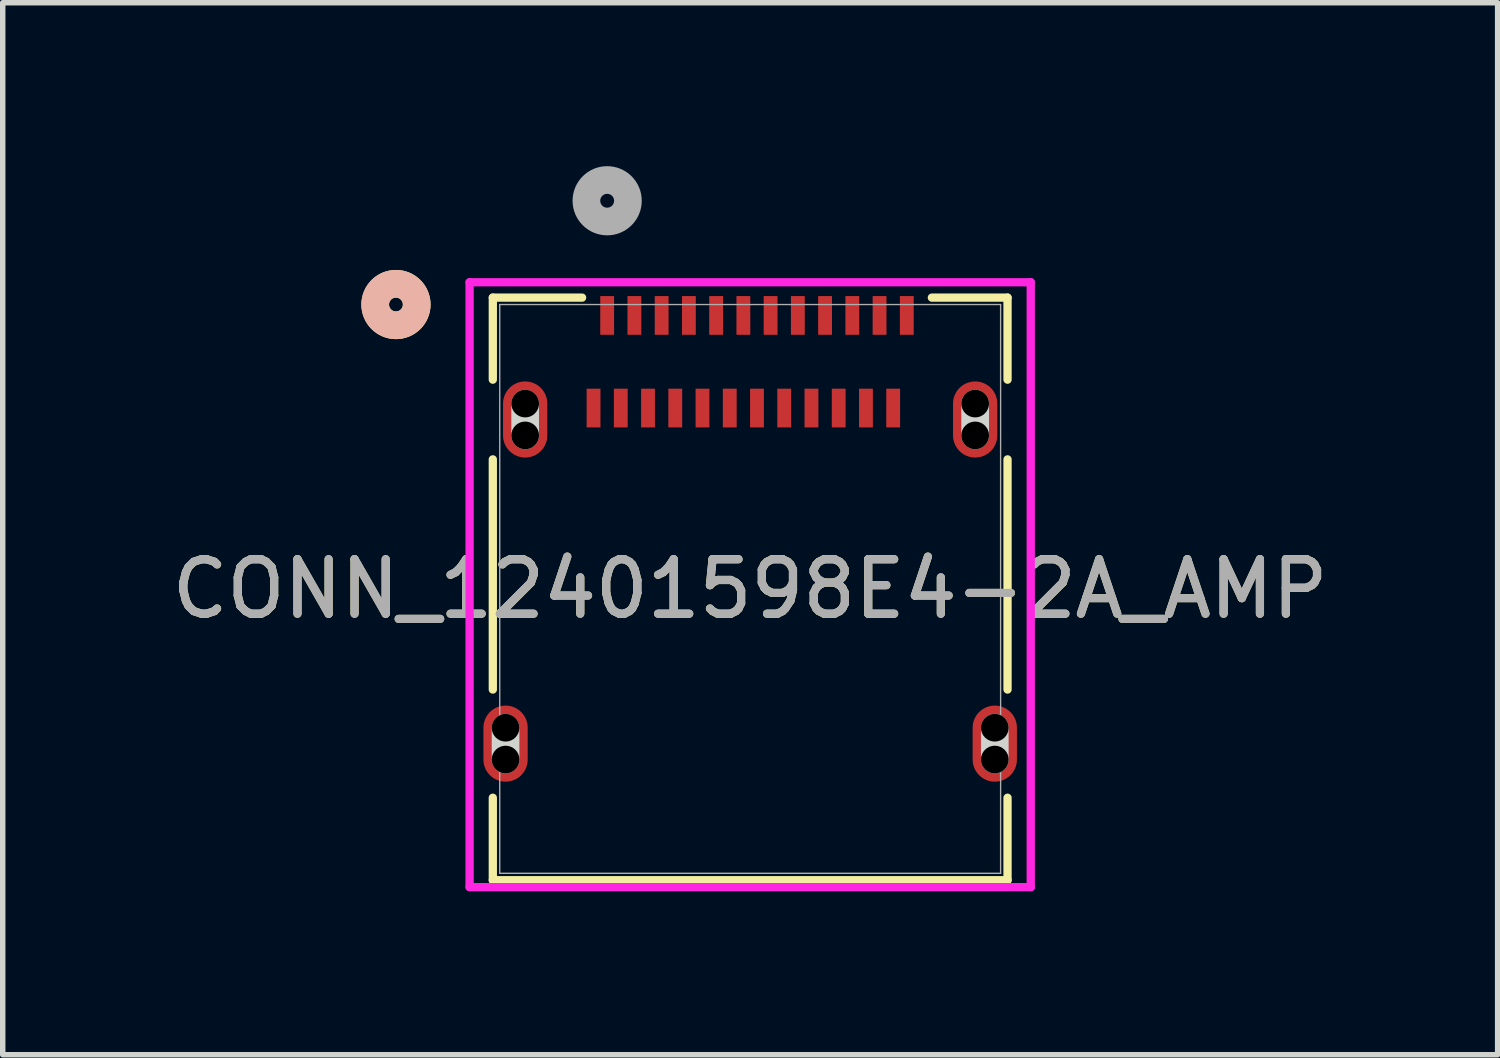
<source format=kicad_pcb>
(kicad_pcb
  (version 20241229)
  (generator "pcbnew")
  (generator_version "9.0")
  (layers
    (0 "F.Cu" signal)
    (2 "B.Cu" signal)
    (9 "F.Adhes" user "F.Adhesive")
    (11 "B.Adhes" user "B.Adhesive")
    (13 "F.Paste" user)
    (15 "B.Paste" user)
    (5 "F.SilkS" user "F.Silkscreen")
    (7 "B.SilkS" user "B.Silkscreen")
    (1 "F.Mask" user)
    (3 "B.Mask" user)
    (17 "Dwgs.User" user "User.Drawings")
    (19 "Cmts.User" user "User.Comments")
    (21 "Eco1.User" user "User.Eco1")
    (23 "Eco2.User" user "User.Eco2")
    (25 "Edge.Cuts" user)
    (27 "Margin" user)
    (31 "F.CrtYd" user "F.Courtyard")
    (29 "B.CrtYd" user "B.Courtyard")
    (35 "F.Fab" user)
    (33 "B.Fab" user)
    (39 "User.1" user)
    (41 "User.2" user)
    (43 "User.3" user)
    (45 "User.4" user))
  (footprint "CONN_12401598E4-2A_AMP"
    (layer "F.Cu")
    (at 10.72 7.76)
    (property "Reference" "CONN_12401598E4-2A_AMP" (at 0 0 0) (unlocked yes) (layer "F.SilkS") (effects (font (size 1 1) (thickness 0.15))))
    (attr smd)
    (fp_line (start -4.724 -5.347) (end -4.724 -3.841) (stroke (width 0.152) (type solid)) (layer "F.SilkS"))
    (fp_line (start -4.724 -2.378) (end -4.724 1.847) (stroke (width 0.152) (type solid)) (layer "F.SilkS"))
    (fp_line (start -4.724 3.833) (end -4.724 5.347) (stroke (width 0.152) (type solid)) (layer "F.SilkS"))
    (fp_line (start -4.724 5.347) (end 4.724 5.347) (stroke (width 0.152) (type solid)) (layer "F.SilkS"))
    (fp_line (start -3.085 -5.347) (end -4.724 -5.347) (stroke (width 0.152) (type solid)) (layer "F.SilkS"))
    (fp_line (start 4.724 -5.347) (end 3.335 -5.347) (stroke (width 0.152) (type solid)) (layer "F.SilkS"))
    (fp_line (start 4.724 -3.841) (end 4.724 -5.347) (stroke (width 0.152) (type solid)) (layer "F.SilkS"))
    (fp_line (start 4.724 1.847) (end 4.724 -2.378) (stroke (width 0.152) (type solid)) (layer "F.SilkS"))
    (fp_line (start 4.724 5.347) (end 4.724 3.833) (stroke (width 0.152) (type solid)) (layer "F.SilkS"))
    (fp_circle (center -6.502 -5.22) (end -6.121 -5.22) (stroke (width 0.508) (type solid)) (fill no) (layer "F.SilkS"))
    (fp_circle (center -6.502 -5.22) (end -6.121 -5.22) (stroke (width 0.508) (type solid)) (fill no) (layer "B.SilkS"))
    (fp_line (start -4.49 3.132) (end -4.49 2.548) (stroke (width 0.508) (type solid)) (layer "Edge.Cuts"))
    (fp_line (start -4.13 -2.818) (end -4.13 -3.402) (stroke (width 0.508) (type solid)) (layer "Edge.Cuts"))
    (fp_line (start 4.13 -2.818) (end 4.13 -3.402) (stroke (width 0.508) (type solid)) (layer "Edge.Cuts"))
    (fp_line (start 4.49 3.132) (end 4.49 2.548) (stroke (width 0.508) (type solid)) (layer "Edge.Cuts"))
    (fp_line (start -5.15 -5.629) (end -5.15 5.474) (stroke (width 0.152) (type solid)) (layer "F.CrtYd"))
    (fp_line (start -5.15 5.474) (end 5.15 5.474) (stroke (width 0.152) (type solid)) (layer "F.CrtYd"))
    (fp_line (start 5.15 -5.629) (end -5.15 -5.629) (stroke (width 0.152) (type solid)) (layer "F.CrtYd"))
    (fp_line (start 5.15 5.474) (end 5.15 -5.629) (stroke (width 0.152) (type solid)) (layer "F.CrtYd"))
    (fp_line (start -4.597 -5.22) (end -4.597 5.22) (stroke (width 0.025) (type solid)) (layer "F.Fab"))
    (fp_line (start -4.597 5.22) (end 4.597 5.22) (stroke (width 0.025) (type solid)) (layer "F.Fab"))
    (fp_line (start 4.597 -5.22) (end -4.597 -5.22) (stroke (width 0.025) (type solid)) (layer "F.Fab"))
    (fp_line (start 4.597 5.22) (end 4.597 -5.22) (stroke (width 0.025) (type solid)) (layer "F.Fab"))
    (fp_circle (center -2.625 -7.125) (end -2.244 -7.125) (stroke (width 0.508) (type solid)) (fill no) (layer "F.Fab"))
    (fp_text user "${REFERENCE}" (at 0 0 0) (unlocked yes) (layer "F.Fab") (effects (font (size 1 1) (thickness 0.15))))
    (pad "" np_thru_hole circle (at -4.49 2.548) (size 0.508 0.508) (drill 0.508) (layers))
    (pad "" np_thru_hole circle (at -4.49 3.132) (size 0.508 0.508) (drill 0.508) (layers))
    (pad "" np_thru_hole circle (at -4.13 -3.402) (size 0.508 0.508) (drill 0.508) (layers))
    (pad "" np_thru_hole circle (at -4.13 -2.818) (size 0.508 0.508) (drill 0.508) (layers))
    (pad "" np_thru_hole circle (at 4.13 -3.402) (size 0.508 0.508) (drill 0.508) (layers))
    (pad "" np_thru_hole circle (at 4.13 -2.818) (size 0.508 0.508) (drill 0.508) (layers))
    (pad "" np_thru_hole circle (at 4.49 2.548) (size 0.508 0.508) (drill 0.508) (layers))
    (pad "" np_thru_hole circle (at 4.49 3.132) (size 0.508 0.508) (drill 0.508) (layers))
    (pad "25" smd oval (at -4.13 -3.11) (size 0.813 1.397) (layers "F.Cu" "F.Mask" "F.Paste"))
    (pad "26" smd oval (at 4.13 -3.11) (size 0.813 1.397) (layers "F.Cu" "F.Mask" "F.Paste"))
    (pad "27" smd oval (at -4.49 2.84) (size 0.813 1.397) (layers "F.Cu" "F.Mask" "F.Paste"))
    (pad "28" smd oval (at 4.49 2.84) (size 0.813 1.397) (layers "F.Cu" "F.Mask" "F.Paste"))
    (pad "A1" smd rect (at -2.625 -5.02) (size 0.254 0.711) (layers "F.Cu" "F.Mask" "F.Paste"))
    (pad "A2" smd rect (at -2.125 -5.02) (size 0.254 0.711) (layers "F.Cu" "F.Mask" "F.Paste"))
    (pad "A3" smd rect (at -1.625 -5.02) (size 0.254 0.711) (layers "F.Cu" "F.Mask" "F.Paste"))
    (pad "A4" smd rect (at -1.125 -5.02) (size 0.254 0.711) (layers "F.Cu" "F.Mask" "F.Paste"))
    (pad "A5" smd rect (at -0.625 -5.02) (size 0.254 0.711) (layers "F.Cu" "F.Mask" "F.Paste"))
    (pad "A6" smd rect (at -0.125 -5.02) (size 0.254 0.711) (layers "F.Cu" "F.Mask" "F.Paste"))
    (pad "A7" smd rect (at 0.375 -5.02) (size 0.254 0.711) (layers "F.Cu" "F.Mask" "F.Paste"))
    (pad "A8" smd rect (at 0.875 -5.02) (size 0.254 0.711) (layers "F.Cu" "F.Mask" "F.Paste"))
    (pad "A9" smd rect (at 1.375 -5.02) (size 0.254 0.711) (layers "F.Cu" "F.Mask" "F.Paste"))
    (pad "A10" smd rect (at 1.875 -5.02) (size 0.254 0.711) (layers "F.Cu" "F.Mask" "F.Paste"))
    (pad "A11" smd rect (at 2.375 -5.02) (size 0.254 0.711) (layers "F.Cu" "F.Mask" "F.Paste"))
    (pad "A12" smd rect (at 2.875 -5.02) (size 0.254 0.711) (layers "F.Cu" "F.Mask" "F.Paste"))
    (pad "B1" smd rect (at 2.625 -3.32) (size 0.254 0.711) (layers "F.Cu" "F.Mask" "F.Paste"))
    (pad "B2" smd rect (at 2.125 -3.32) (size 0.254 0.711) (layers "F.Cu" "F.Mask" "F.Paste"))
    (pad "B3" smd rect (at 1.625 -3.32) (size 0.254 0.711) (layers "F.Cu" "F.Mask" "F.Paste"))
    (pad "B4" smd rect (at 1.125 -3.32) (size 0.254 0.711) (layers "F.Cu" "F.Mask" "F.Paste"))
    (pad "B5" smd rect (at 0.625 -3.32) (size 0.254 0.711) (layers "F.Cu" "F.Mask" "F.Paste"))
    (pad "B6" smd rect (at 0.125 -3.32) (size 0.254 0.711) (layers "F.Cu" "F.Mask" "F.Paste"))
    (pad "B7" smd rect (at -0.375 -3.32) (size 0.254 0.711) (layers "F.Cu" "F.Mask" "F.Paste"))
    (pad "B8" smd rect (at -0.875 -3.32) (size 0.254 0.711) (layers "F.Cu" "F.Mask" "F.Paste"))
    (pad "B9" smd rect (at -1.375 -3.32) (size 0.254 0.711) (layers "F.Cu" "F.Mask" "F.Paste"))
    (pad "B10" smd rect (at -1.875 -3.32) (size 0.254 0.711) (layers "F.Cu" "F.Mask" "F.Paste"))
    (pad "B11" smd rect (at -2.375 -3.32) (size 0.254 0.711) (layers "F.Cu" "F.Mask" "F.Paste"))
    (pad "B12" smd rect (at -2.875 -3.32) (size 0.254 0.711) (layers "F.Cu" "F.Mask" "F.Paste")))
  (gr_rect
    (start -3 -3)
    (end 24.44 16.31)
    (stroke (width 0.1) (type default))
    (fill no)
    (layer "Edge.Cuts")))
</source>
